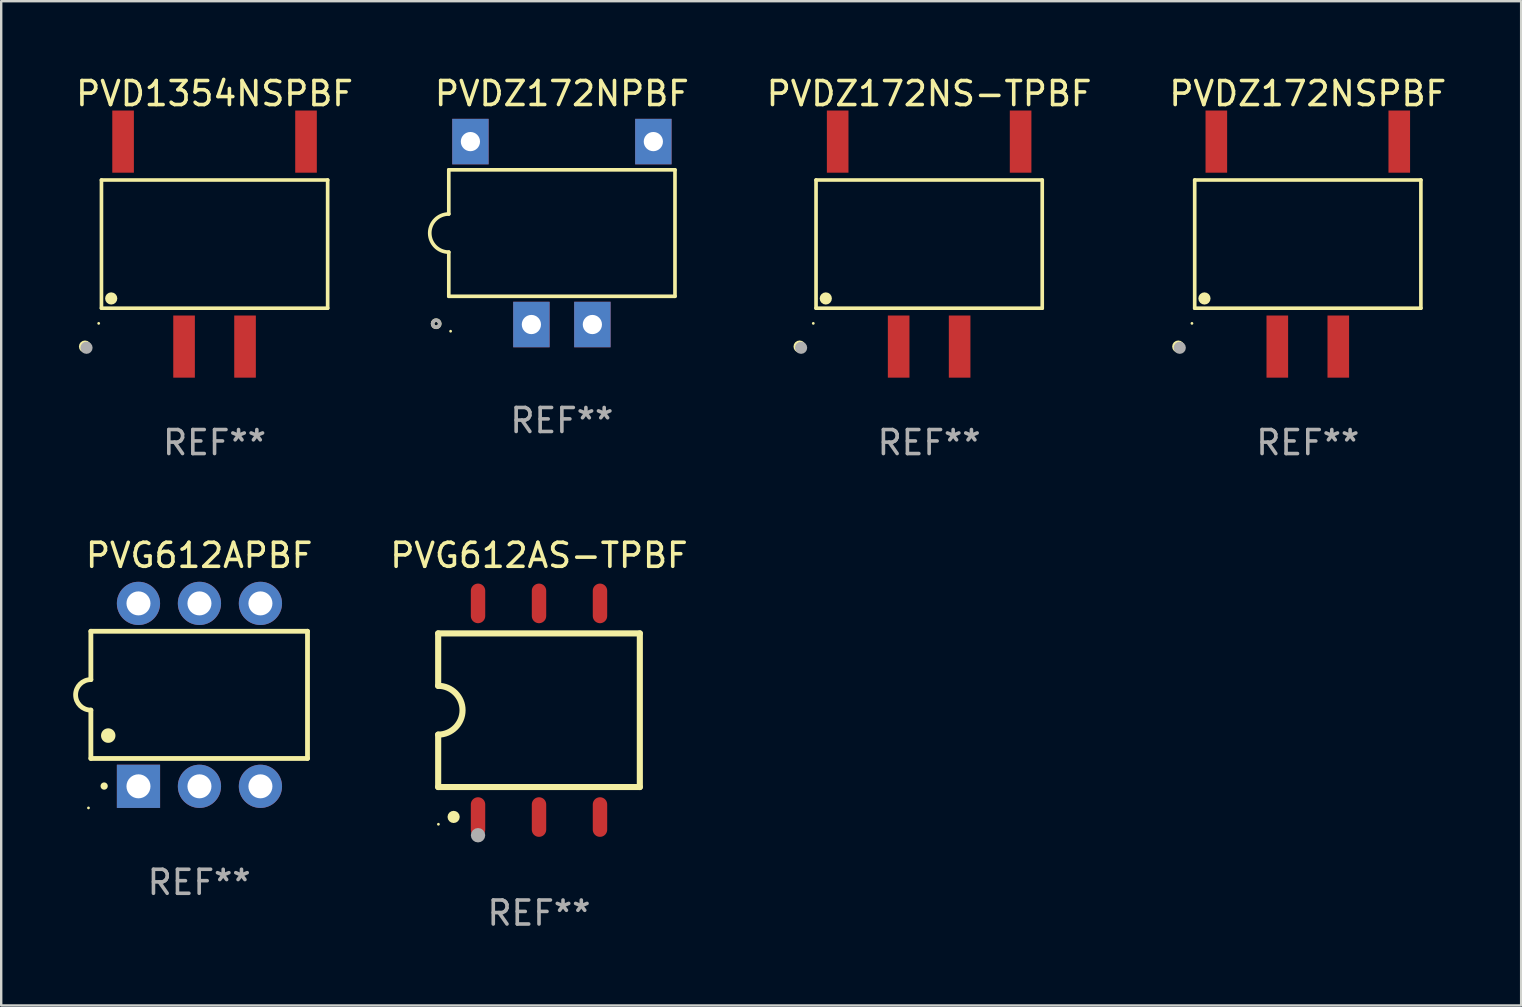
<source format=kicad_pcb>
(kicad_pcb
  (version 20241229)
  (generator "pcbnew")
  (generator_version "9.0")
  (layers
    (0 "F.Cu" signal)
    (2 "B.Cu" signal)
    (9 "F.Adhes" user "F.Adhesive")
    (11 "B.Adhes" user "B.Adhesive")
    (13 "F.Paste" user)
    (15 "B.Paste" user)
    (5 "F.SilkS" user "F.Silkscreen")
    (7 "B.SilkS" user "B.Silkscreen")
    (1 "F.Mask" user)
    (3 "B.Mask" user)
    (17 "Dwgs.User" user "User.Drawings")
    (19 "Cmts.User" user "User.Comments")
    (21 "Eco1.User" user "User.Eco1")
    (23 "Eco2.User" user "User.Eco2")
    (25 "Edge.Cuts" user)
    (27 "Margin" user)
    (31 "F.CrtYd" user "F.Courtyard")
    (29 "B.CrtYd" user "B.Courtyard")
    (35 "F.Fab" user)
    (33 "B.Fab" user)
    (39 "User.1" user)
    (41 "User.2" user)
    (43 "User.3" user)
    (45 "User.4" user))
  (footprint "PVDZ172NPBF"
    (layer "F.Cu")
    (at 20.355 6.658)
    (property "Reference" "PVDZ172NPBF" (at 0 -5.81 0) (layer "F.SilkS") (effects (font (size 1 1) (thickness 0.15))))
    (attr through_hole)
    (fp_line (start -4.711 -2.634) (end -4.711 -0.794) (stroke (width 0.152) (type solid)) (layer "F.SilkS"))
    (fp_line (start -4.711 0.794) (end -4.711 2.634) (stroke (width 0.152) (type solid)) (layer "F.SilkS"))
    (fp_line (start -4.711 2.634) (end 4.711 2.634) (stroke (width 0.152) (type solid)) (layer "F.SilkS"))
    (fp_line (start 4.711 -2.634) (end -4.711 -2.634) (stroke (width 0.152) (type solid)) (layer "F.SilkS"))
    (fp_line (start 4.711 2.634) (end 4.711 -2.634) (stroke (width 0.152) (type solid)) (layer "F.SilkS"))
    (fp_arc (start -4.711199 0.793749) (mid -5.504948 0) (end -4.711199 -0.793749) (stroke (width 0.1524) (type solid)) (layer "F.SilkS"))
    (fp_circle (center -5.237 3.777) (end -5.163 3.777) (stroke (width 0.15) (type solid)) (fill no) (layer "F.SilkS"))
    (fp_circle (center -4.635 4.089) (end -4.605 4.089) (stroke (width 0.06) (type solid)) (fill no) (layer "F.SilkS"))
    (fp_circle (center -5.237 3.777) (end -5.163 3.777) (stroke (width 0.15) (type solid)) (fill no) (layer "F.Fab"))
    (fp_text user "REF**" (at 0 7.81 0) (layer "F.Fab") (effects (font (size 1 1) (thickness 0.15))))
    (pad "2" thru_hole rect (at -1.27 3.81) (size 1.516 1.895) (drill 0.8) (layers "*.Cu" "*.Mask"))
    (pad "3" thru_hole rect (at 1.27 3.81) (size 1.516 1.895) (drill 0.8) (layers "*.Cu" "*.Mask"))
    (pad "5" thru_hole rect (at 3.81 -3.81) (size 1.516 1.895) (drill 0.8) (layers "*.Cu" "*.Mask"))
    (pad "8" thru_hole rect (at -3.81 -3.81) (size 1.516 1.895) (drill 0.8) (layers "*.Cu" "*.Mask")))
  (footprint "PVDZ172NS-TPBF"
    (layer "F.Cu")
    (at 35.653 7.118)
    (property "Reference" "PVDZ172NS-TPBF" (at 0 -6.269 0) (layer "F.SilkS") (effects (font (size 1 1) (thickness 0.15))))
    (attr through_hole)
    (fp_line (start -4.711 -2.67) (end 4.711 -2.67) (stroke (width 0.152) (type solid)) (layer "F.SilkS"))
    (fp_line (start -4.711 2.67) (end -4.711 -2.67) (stroke (width 0.152) (type solid)) (layer "F.SilkS"))
    (fp_line (start 4.711 -2.67) (end 4.711 2.67) (stroke (width 0.152) (type solid)) (layer "F.SilkS"))
    (fp_line (start 4.711 2.67) (end -4.711 2.67) (stroke (width 0.152) (type solid)) (layer "F.SilkS"))
    (fp_circle (center -5.396 4.269) (end -5.269 4.269) (stroke (width 0.254) (type solid)) (fill no) (layer "F.SilkS"))
    (fp_circle (center -4.826 3.302) (end -4.796 3.302) (stroke (width 0.06) (type solid)) (fill no) (layer "F.SilkS"))
    (fp_circle (center -4.305 2.264) (end -4.178 2.264) (stroke (width 0.254) (type solid)) (fill no) (layer "F.SilkS"))
    (fp_circle (center -5.334 4.318) (end -5.207 4.318) (stroke (width 0.254) (type solid)) (fill no) (layer "F.Fab"))
    (fp_text user "REF**" (at 0 8.269 0) (layer "F.Fab") (effects (font (size 1 1) (thickness 0.15))))
    (pad "2" smd rect (at -1.27 4.269) (size 0.9 2.589) (layers "F.Cu" "F.Mask" "F.Paste"))
    (pad "3" smd rect (at 1.27 4.269) (size 0.9 2.589) (layers "F.Cu" "F.Mask" "F.Paste"))
    (pad "5" smd rect (at 3.81 -4.269) (size 0.9 2.589) (layers "F.Cu" "F.Mask" "F.Paste"))
    (pad "8" smd rect (at -3.81 -4.269) (size 0.9 2.589) (layers "F.Cu" "F.Mask" "F.Paste")))
  (footprint "PVDZ172NSPBF"
    (layer "F.Cu")
    (at 51.426 7.118)
    (property "Reference" "PVDZ172NSPBF" (at 0 -6.269 0) (layer "F.SilkS") (effects (font (size 1 1) (thickness 0.15))))
    (attr through_hole)
    (fp_line (start -4.711 -2.67) (end 4.711 -2.67) (stroke (width 0.152) (type solid)) (layer "F.SilkS"))
    (fp_line (start -4.711 2.67) (end -4.711 -2.67) (stroke (width 0.152) (type solid)) (layer "F.SilkS"))
    (fp_line (start 4.711 -2.67) (end 4.711 2.67) (stroke (width 0.152) (type solid)) (layer "F.SilkS"))
    (fp_line (start 4.711 2.67) (end -4.711 2.67) (stroke (width 0.152) (type solid)) (layer "F.SilkS"))
    (fp_circle (center -5.396 4.269) (end -5.269 4.269) (stroke (width 0.254) (type solid)) (fill no) (layer "F.SilkS"))
    (fp_circle (center -4.826 3.302) (end -4.796 3.302) (stroke (width 0.06) (type solid)) (fill no) (layer "F.SilkS"))
    (fp_circle (center -4.305 2.264) (end -4.178 2.264) (stroke (width 0.254) (type solid)) (fill no) (layer "F.SilkS"))
    (fp_circle (center -5.334 4.318) (end -5.207 4.318) (stroke (width 0.254) (type solid)) (fill no) (layer "F.Fab"))
    (fp_text user "REF**" (at 0 8.269 0) (layer "F.Fab") (effects (font (size 1 1) (thickness 0.15))))
    (pad "2" smd rect (at -1.27 4.269) (size 0.9 2.589) (layers "F.Cu" "F.Mask" "F.Paste"))
    (pad "3" smd rect (at 1.27 4.269) (size 0.9 2.589) (layers "F.Cu" "F.Mask" "F.Paste"))
    (pad "5" smd rect (at 3.81 -4.269) (size 0.9 2.589) (layers "F.Cu" "F.Mask" "F.Paste"))
    (pad "8" smd rect (at -3.81 -4.269) (size 0.9 2.589) (layers "F.Cu" "F.Mask" "F.Paste")))
  (footprint "PVG612APBF"
    (layer "F.Cu")
    (at 5.247 25.894)
    (property "Reference" "PVG612APBF" (at 0 -5.81 0) (layer "F.SilkS") (effects (font (size 1 1) (thickness 0.15))))
    (attr through_hole)
    (fp_line (start -4.512 -2.649) (end 4.512 -2.649) (stroke (width 0.2) (type solid)) (layer "F.SilkS"))
    (fp_line (start -4.512 -0.635) (end -4.512 -2.649) (stroke (width 0.2) (type solid)) (layer "F.SilkS"))
    (fp_line (start -4.512 2.649) (end -4.512 0.635) (stroke (width 0.2) (type solid)) (layer "F.SilkS"))
    (fp_line (start 4.512 -2.649) (end 4.512 2.649) (stroke (width 0.2) (type solid)) (layer "F.SilkS"))
    (fp_line (start 4.512 2.649) (end -4.512 2.649) (stroke (width 0.2) (type solid)) (layer "F.SilkS"))
    (fp_arc (start -4.512319 0.635001) (mid -5.14732 0) (end -4.512319 -0.635001) (stroke (width 0.2) (type solid)) (layer "F.SilkS"))
    (fp_arc (start -3.958598 3.799848) (mid -3.958603 3.798578) (end -3.958598 3.797308) (stroke (width 0.3) (type solid)) (layer "F.SilkS"))
    (fp_arc (start -3.788418 1.699263) (mid -3.788429 1.696723) (end -3.788418 1.694183) (stroke (width 0.6) (type solid)) (layer "F.SilkS"))
    (fp_circle (center -4.612 4.71) (end -4.582 4.71) (stroke (width 0.06) (type solid)) (fill no) (layer "F.SilkS"))
    (fp_text user "REF**" (at 0 7.81 0) (layer "F.Fab") (effects (font (size 1 1) (thickness 0.15))))
    (pad "1" thru_hole rect (at -2.529 3.81 90) (size 1.8 1.8) (drill 1) (layers "*.Cu" "*.Mask"))
    (pad "2" thru_hole circle (at 0.011 3.81) (size 1.8 1.8) (drill 1) (layers "*.Cu" "*.Mask"))
    (pad "3" thru_hole circle (at 2.551 3.81) (size 1.8 1.8) (drill 1) (layers "*.Cu" "*.Mask"))
    (pad "4" thru_hole circle (at 2.551 -3.81) (size 1.8 1.8) (drill 1) (layers "*.Cu" "*.Mask"))
    (pad "5" thru_hole circle (at 0.011 -3.81) (size 1.8 1.8) (drill 1) (layers "*.Cu" "*.Mask"))
    (pad "6" thru_hole circle (at -2.529 -3.81) (size 1.8 1.8) (drill 1) (layers "*.Cu" "*.Mask")))
  (footprint "PVD1354NSPBF"
    (layer "F.Cu")
    (at 5.887 7.118)
    (property "Reference" "PVD1354NSPBF" (at 0 -6.269 0) (layer "F.SilkS") (effects (font (size 1 1) (thickness 0.15))))
    (attr through_hole)
    (fp_line (start -4.711 -2.67) (end 4.711 -2.67) (stroke (width 0.152) (type solid)) (layer "F.SilkS"))
    (fp_line (start -4.711 2.67) (end -4.711 -2.67) (stroke (width 0.152) (type solid)) (layer "F.SilkS"))
    (fp_line (start 4.711 -2.67) (end 4.711 2.67) (stroke (width 0.152) (type solid)) (layer "F.SilkS"))
    (fp_line (start 4.711 2.67) (end -4.711 2.67) (stroke (width 0.152) (type solid)) (layer "F.SilkS"))
    (fp_circle (center -5.396 4.269) (end -5.269 4.269) (stroke (width 0.254) (type solid)) (fill no) (layer "F.SilkS"))
    (fp_circle (center -4.826 3.302) (end -4.796 3.302) (stroke (width 0.06) (type solid)) (fill no) (layer "F.SilkS"))
    (fp_circle (center -4.305 2.264) (end -4.178 2.264) (stroke (width 0.254) (type solid)) (fill no) (layer "F.SilkS"))
    (fp_circle (center -5.334 4.318) (end -5.207 4.318) (stroke (width 0.254) (type solid)) (fill no) (layer "F.Fab"))
    (fp_text user "REF**" (at 0 8.269 0) (layer "F.Fab") (effects (font (size 1 1) (thickness 0.15))))
    (pad "2" smd rect (at -1.27 4.269) (size 0.9 2.589) (layers "F.Cu" "F.Mask" "F.Paste"))
    (pad "3" smd rect (at 1.27 4.269) (size 0.9 2.589) (layers "F.Cu" "F.Mask" "F.Paste"))
    (pad "5" smd rect (at 3.81 -4.269) (size 0.9 2.589) (layers "F.Cu" "F.Mask" "F.Paste"))
    (pad "8" smd rect (at -3.81 -4.269) (size 0.9 2.589) (layers "F.Cu" "F.Mask" "F.Paste")))
  (footprint "PVG612AS-TPBF"
    (layer "F.Cu")
    (at 19.402 26.534)
    (property "Reference" "PVG612AS-TPBF" (at 0 -6.45 0) (layer "F.SilkS") (effects (font (size 1 1) (thickness 0.15))))
    (attr through_hole)
    (fp_line (start -4.2 -3.2) (end -4.2 -1.016) (stroke (width 0.254) (type solid)) (layer "F.SilkS"))
    (fp_line (start -4.2 -3.2) (end 4.2 -3.2) (stroke (width 0.254) (type solid)) (layer "F.SilkS"))
    (fp_line (start -4.2 3.2) (end -4.2 1.016) (stroke (width 0.254) (type solid)) (layer "F.SilkS"))
    (fp_line (start 4.2 -3.2) (end 4.2 3.2) (stroke (width 0.254) (type solid)) (layer "F.SilkS"))
    (fp_line (start 4.2 3.2) (end -4.2 3.2) (stroke (width 0.254) (type solid)) (layer "F.SilkS"))
    (fp_arc (start -4.201169 -1.016003) (mid -3.185166 -0.000585) (end -4.2 1.016002) (stroke (width 0.254001) (type solid)) (layer "F.SilkS"))
    (fp_circle (center -4.19 4.75) (end -4.16 4.75) (stroke (width 0.06) (type solid)) (fill no) (layer "F.SilkS"))
    (fp_circle (center -3.556 4.445) (end -3.429 4.445) (stroke (width 0.254) (type solid)) (fill no) (layer "F.SilkS"))
    (fp_circle (center -2.54 5.207) (end -2.39 5.207) (stroke (width 0.3) (type solid)) (fill no) (layer "F.Fab"))
    (fp_text user "REF**" (at 0 8.45 0) (layer "F.Fab") (effects (font (size 1 1) (thickness 0.15))))
    (pad "1" smd oval (at -2.54 4.45 90) (size 1.65 0.6) (layers "F.Cu" "F.Mask" "F.Paste"))
    (pad "2" smd oval (at 0 4.45 90) (size 1.65 0.6) (layers "F.Cu" "F.Mask" "F.Paste"))
    (pad "3" smd oval (at 2.54 4.45 90) (size 1.65 0.6) (layers "F.Cu" "F.Mask" "F.Paste"))
    (pad "4" smd oval (at 2.54 -4.45 90) (size 1.65 0.6) (layers "F.Cu" "F.Mask" "F.Paste"))
    (pad "5" smd oval (at 0 -4.45 90) (size 1.65 0.6) (layers "F.Cu" "F.Mask" "F.Paste"))
    (pad "6" smd oval (at -2.54 -4.45 90) (size 1.65 0.6) (layers "F.Cu" "F.Mask" "F.Paste")))
  (gr_rect
    (start -3 -3)
    (end 60.313 38.832)
    (stroke (width 0.1) (type default))
    (fill no)
    (layer "Edge.Cuts")))
</source>
